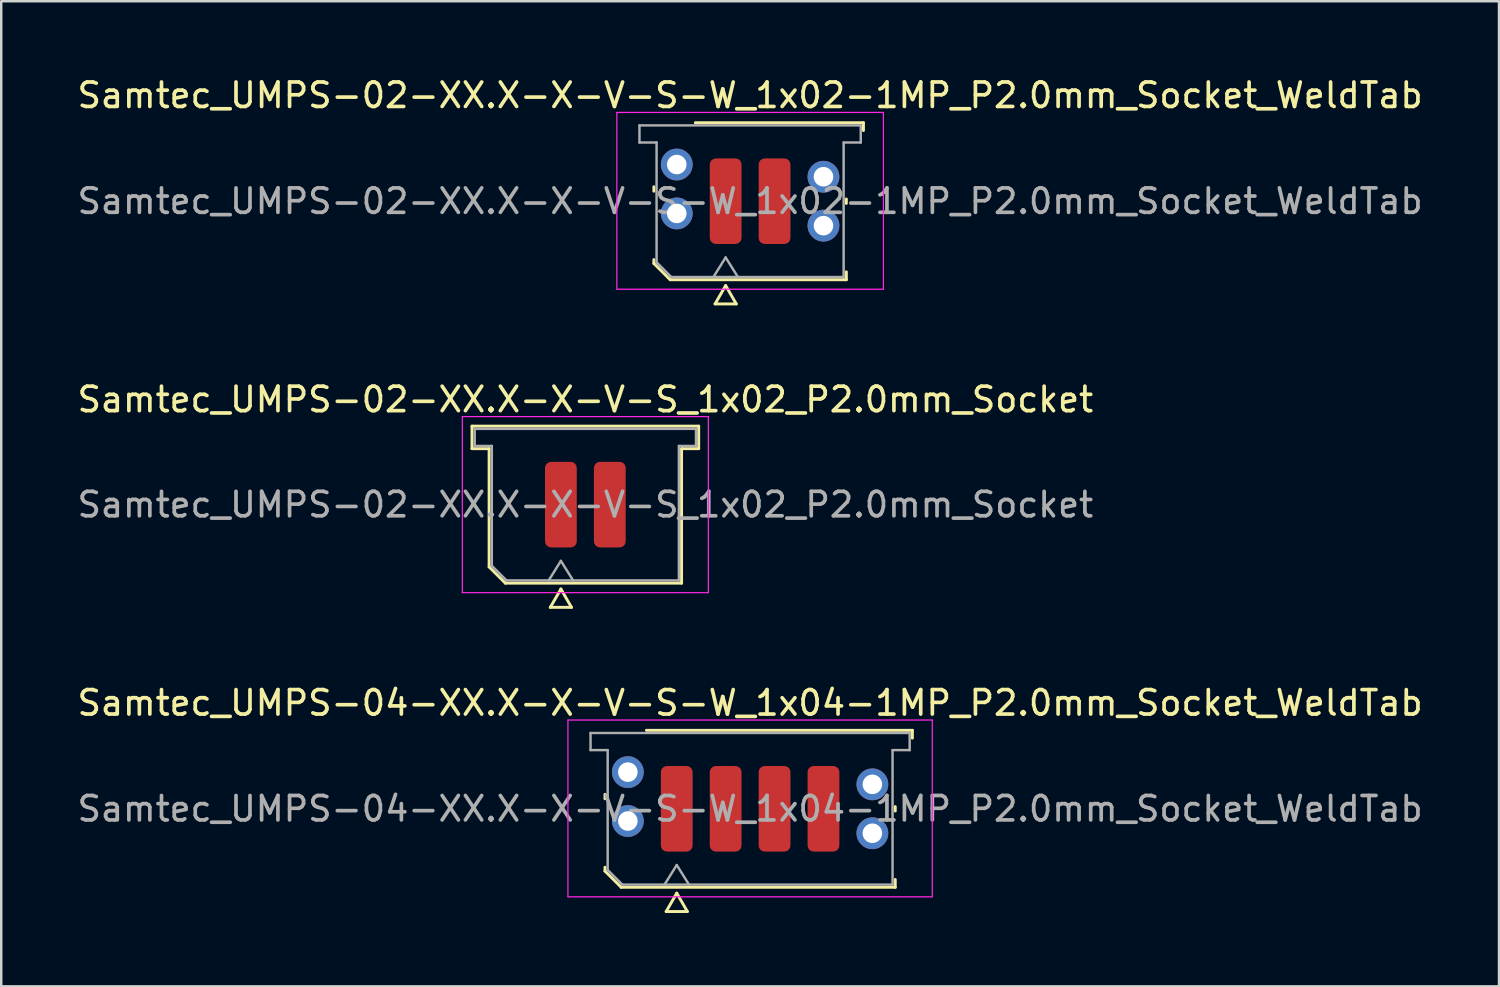
<source format=kicad_pcb>
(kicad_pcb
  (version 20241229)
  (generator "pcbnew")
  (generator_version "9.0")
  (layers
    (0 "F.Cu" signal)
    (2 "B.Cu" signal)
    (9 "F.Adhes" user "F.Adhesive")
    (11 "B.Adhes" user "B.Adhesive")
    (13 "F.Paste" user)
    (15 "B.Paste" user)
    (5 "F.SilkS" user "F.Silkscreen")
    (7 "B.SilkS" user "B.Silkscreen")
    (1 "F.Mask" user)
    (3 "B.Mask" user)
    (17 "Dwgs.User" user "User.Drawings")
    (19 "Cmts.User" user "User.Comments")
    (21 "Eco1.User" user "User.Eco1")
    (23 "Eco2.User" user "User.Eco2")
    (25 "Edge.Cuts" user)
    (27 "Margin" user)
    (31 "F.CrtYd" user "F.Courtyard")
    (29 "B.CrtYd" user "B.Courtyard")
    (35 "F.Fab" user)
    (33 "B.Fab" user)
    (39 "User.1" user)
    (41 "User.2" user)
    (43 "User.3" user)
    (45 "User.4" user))
  (footprint "Samtec_UMPS-02-XX.X-X-V-S_1x02_P2.0mm_Socket"
    (layer "F.Cu")
    (at 20.887 17.587)
    (property "Reference" "Samtec_UMPS-02-XX.X-X-V-S_1x02_P2.0mm_Socket" (at 0 -4.3 0) (layer "F.SilkS") (effects (font (size 1 1) (thickness 0.15))))
    (attr smd)
    (fp_line (start -4.635 -3.21) (end 4.635 -3.21) (stroke (width 0.12) (type solid)) (layer "F.SilkS"))
    (fp_line (start -4.635 -2.29) (end -4.635 -3.21) (stroke (width 0.12) (type solid)) (layer "F.SilkS"))
    (fp_line (start -3.935 -2.29) (end -4.635 -2.29) (stroke (width 0.12) (type solid)) (layer "F.SilkS"))
    (fp_line (start -3.935 2.546) (end -3.935 -2.29) (stroke (width 0.12) (type solid)) (layer "F.SilkS"))
    (fp_line (start -3.271 3.21) (end -3.935 2.546) (stroke (width 0.12) (type solid)) (layer "F.SilkS"))
    (fp_line (start -1.433 4.2) (end -1 3.45) (stroke (width 0.12) (type solid)) (layer "F.SilkS"))
    (fp_line (start -1 3.45) (end -0.567 4.2) (stroke (width 0.12) (type solid)) (layer "F.SilkS"))
    (fp_line (start -0.567 4.2) (end -1.433 4.2) (stroke (width 0.12) (type solid)) (layer "F.SilkS"))
    (fp_line (start 3.935 -2.29) (end 3.935 3.21) (stroke (width 0.12) (type solid)) (layer "F.SilkS"))
    (fp_line (start 3.935 3.21) (end -3.271 3.21) (stroke (width 0.12) (type solid)) (layer "F.SilkS"))
    (fp_line (start 4.635 -3.21) (end 4.635 -2.29) (stroke (width 0.12) (type solid)) (layer "F.SilkS"))
    (fp_line (start 4.635 -2.29) (end 3.935 -2.29) (stroke (width 0.12) (type solid)) (layer "F.SilkS"))
    (fp_line (start -5.03 -3.6) (end -5.03 3.6) (stroke (width 0.05) (type solid)) (layer "F.CrtYd"))
    (fp_line (start -5.03 3.6) (end 5.03 3.6) (stroke (width 0.05) (type solid)) (layer "F.CrtYd"))
    (fp_line (start 5.03 -3.6) (end -5.03 -3.6) (stroke (width 0.05) (type solid)) (layer "F.CrtYd"))
    (fp_line (start 5.03 3.6) (end 5.03 -3.6) (stroke (width 0.05) (type solid)) (layer "F.CrtYd"))
    (fp_line (start -4.525 -3.1) (end 4.525 -3.1) (stroke (width 0.1) (type solid)) (layer "F.Fab"))
    (fp_line (start -4.525 -2.4) (end -4.525 -3.1) (stroke (width 0.1) (type solid)) (layer "F.Fab"))
    (fp_line (start -3.825 -2.4) (end -4.525 -2.4) (stroke (width 0.1) (type solid)) (layer "F.Fab"))
    (fp_line (start -3.825 2.5) (end -3.825 -2.4) (stroke (width 0.1) (type solid)) (layer "F.Fab"))
    (fp_line (start -3.225 3.1) (end -3.825 2.5) (stroke (width 0.1) (type solid)) (layer "F.Fab"))
    (fp_line (start -1.5 3.1) (end -1 2.3) (stroke (width 0.1) (type solid)) (layer "F.Fab"))
    (fp_line (start -1 2.3) (end -0.5 3.1) (stroke (width 0.1) (type solid)) (layer "F.Fab"))
    (fp_line (start 3.825 -2.4) (end 3.825 3.1) (stroke (width 0.1) (type solid)) (layer "F.Fab"))
    (fp_line (start 3.825 3.1) (end -3.225 3.1) (stroke (width 0.1) (type solid)) (layer "F.Fab"))
    (fp_line (start 4.525 -3.1) (end 4.525 -2.4) (stroke (width 0.1) (type solid)) (layer "F.Fab"))
    (fp_line (start 4.525 -2.4) (end 3.825 -2.4) (stroke (width 0.1) (type solid)) (layer "F.Fab"))
    (fp_text user "${REFERENCE}" (at 0 0 0) (layer "F.Fab") (effects (font (size 1 1) (thickness 0.15))))
    (pad "1" smd roundrect (at -1 0) (size 1.3 3.5) (layers "F.Cu" "F.Mask" "F.Paste") (roundrect_rratio 0.192))
    (pad "2" smd roundrect (at 1 0) (size 1.3 3.5) (layers "F.Cu" "F.Mask" "F.Paste") (roundrect_rratio 0.192)))
  (footprint "Samtec_UMPS-04-XX.X-X-V-S-W_1x04-1MP_P2.0mm_Socket_WeldTab"
    (layer "F.Cu")
    (at 27.625 30.025)
    (property "Reference" "Samtec_UMPS-04-XX.X-X-V-S-W_1x04-1MP_P2.0mm_Socket_WeldTab" (at 0 -4.33 0) (layer "F.SilkS") (effects (font (size 1 1) (thickness 0.15))))
    (attr smd)
    (fp_line (start -5.935 -0.41) (end -5.935 -0.59) (stroke (width 0.12) (type solid)) (layer "F.SilkS"))
    (fp_line (start -5.935 2.546) (end -5.935 2.39) (stroke (width 0.12) (type solid)) (layer "F.SilkS"))
    (fp_line (start -5.271 3.21) (end -5.935 2.546) (stroke (width 0.12) (type solid)) (layer "F.SilkS"))
    (fp_line (start -4.24 -3.21) (end 6.635 -3.21) (stroke (width 0.12) (type solid)) (layer "F.SilkS"))
    (fp_line (start -3.433 4.2) (end -3 3.45) (stroke (width 0.12) (type solid)) (layer "F.SilkS"))
    (fp_line (start -3 3.45) (end -2.567 4.2) (stroke (width 0.12) (type solid)) (layer "F.SilkS"))
    (fp_line (start -2.567 4.2) (end -3.433 4.2) (stroke (width 0.12) (type solid)) (layer "F.SilkS"))
    (fp_line (start 5.935 -0.09) (end 5.935 0.09) (stroke (width 0.12) (type solid)) (layer "F.SilkS"))
    (fp_line (start 5.935 2.89) (end 5.935 3.21) (stroke (width 0.12) (type solid)) (layer "F.SilkS"))
    (fp_line (start 5.935 3.21) (end -5.271 3.21) (stroke (width 0.12) (type solid)) (layer "F.SilkS"))
    (fp_line (start 6.635 -3.21) (end 6.635 -2.89) (stroke (width 0.12) (type solid)) (layer "F.SilkS"))
    (fp_line (start -7.45 -3.63) (end -7.45 3.6) (stroke (width 0.05) (type solid)) (layer "F.CrtYd"))
    (fp_line (start -7.45 3.6) (end 7.45 3.6) (stroke (width 0.05) (type solid)) (layer "F.CrtYd"))
    (fp_line (start 7.45 -3.63) (end -7.45 -3.63) (stroke (width 0.05) (type solid)) (layer "F.CrtYd"))
    (fp_line (start 7.45 3.6) (end 7.45 -3.63) (stroke (width 0.05) (type solid)) (layer "F.CrtYd"))
    (fp_line (start -6.525 -3.1) (end 6.525 -3.1) (stroke (width 0.1) (type solid)) (layer "F.Fab"))
    (fp_line (start -6.525 -2.4) (end -6.525 -3.1) (stroke (width 0.1) (type solid)) (layer "F.Fab"))
    (fp_line (start -5.825 -2.4) (end -6.525 -2.4) (stroke (width 0.1) (type solid)) (layer "F.Fab"))
    (fp_line (start -5.825 2.5) (end -5.825 -2.4) (stroke (width 0.1) (type solid)) (layer "F.Fab"))
    (fp_line (start -5.225 3.1) (end -5.825 2.5) (stroke (width 0.1) (type solid)) (layer "F.Fab"))
    (fp_line (start -3.5 3.1) (end -3 2.3) (stroke (width 0.1) (type solid)) (layer "F.Fab"))
    (fp_line (start -3 2.3) (end -2.5 3.1) (stroke (width 0.1) (type solid)) (layer "F.Fab"))
    (fp_line (start 5.825 -2.4) (end 5.825 3.1) (stroke (width 0.1) (type solid)) (layer "F.Fab"))
    (fp_line (start 5.825 3.1) (end -5.225 3.1) (stroke (width 0.1) (type solid)) (layer "F.Fab"))
    (fp_line (start 6.525 -3.1) (end 6.525 -2.4) (stroke (width 0.1) (type solid)) (layer "F.Fab"))
    (fp_line (start 6.525 -2.4) (end 5.825 -2.4) (stroke (width 0.1) (type solid)) (layer "F.Fab"))
    (fp_text user "${REFERENCE}" (at 0 0 0) (layer "F.Fab") (effects (font (size 1 1) (thickness 0.15))))
    (pad "" smd rect (at -5.725 -1.99) (size 2.45 2.28) (layers "F.Paste"))
    (pad "" smd rect (at -5.725 0.99) (size 2.45 2.28) (layers "F.Paste"))
    (pad "" smd rect (at 5.725 -1.49) (size 2.45 2.28) (layers "F.Paste"))
    (pad "" smd rect (at 5.725 1.49) (size 2.45 2.28) (layers "F.Paste"))
    (pad "1" smd roundrect (at -3 0) (size 1.3 3.5) (layers "F.Cu" "F.Mask" "F.Paste") (roundrect_rratio 0.192))
    (pad "2" smd roundrect (at -1 0) (size 1.3 3.5) (layers "F.Cu" "F.Mask" "F.Paste") (roundrect_rratio 0.192))
    (pad "3" smd roundrect (at 1 0) (size 1.3 3.5) (layers "F.Cu" "F.Mask" "F.Paste") (roundrect_rratio 0.192))
    (pad "4" smd roundrect (at 3 0) (size 1.3 3.5) (layers "F.Cu" "F.Mask" "F.Paste") (roundrect_rratio 0.192))
    (pad "MP" thru_hole circle (at -5 -1.5) (size 1.3 1.3) (drill 0.8) (layers "*.Cu" "*.Mask"))
    (pad "MP" thru_hole circle (at -5 0.5) (size 1.3 1.3) (drill 0.8) (layers "*.Cu" "*.Mask"))
    (pad "MP" thru_hole circle (at 5 -1) (size 1.3 1.3) (drill 0.8) (layers "*.Cu" "*.Mask"))
    (pad "MP" thru_hole circle (at 5 1) (size 1.3 1.3) (drill 0.8) (layers "*.Cu" "*.Mask")))
  (footprint "Samtec_UMPS-02-XX.X-X-V-S-W_1x02-1MP_P2.0mm_Socket_WeldTab"
    (layer "F.Cu")
    (at 27.625 5.178)
    (property "Reference" "Samtec_UMPS-02-XX.X-X-V-S-W_1x02-1MP_P2.0mm_Socket_WeldTab" (at 0 -4.33 0) (layer "F.SilkS") (effects (font (size 1 1) (thickness 0.15))))
    (attr smd)
    (fp_line (start -3.935 -0.41) (end -3.935 -0.59) (stroke (width 0.12) (type solid)) (layer "F.SilkS"))
    (fp_line (start -3.935 2.546) (end -3.935 2.39) (stroke (width 0.12) (type solid)) (layer "F.SilkS"))
    (fp_line (start -3.271 3.21) (end -3.935 2.546) (stroke (width 0.12) (type solid)) (layer "F.SilkS"))
    (fp_line (start -2.24 -3.21) (end 4.635 -3.21) (stroke (width 0.12) (type solid)) (layer "F.SilkS"))
    (fp_line (start -1.433 4.2) (end -1 3.45) (stroke (width 0.12) (type solid)) (layer "F.SilkS"))
    (fp_line (start -1 3.45) (end -0.567 4.2) (stroke (width 0.12) (type solid)) (layer "F.SilkS"))
    (fp_line (start -0.567 4.2) (end -1.433 4.2) (stroke (width 0.12) (type solid)) (layer "F.SilkS"))
    (fp_line (start 3.935 -0.09) (end 3.935 0.09) (stroke (width 0.12) (type solid)) (layer "F.SilkS"))
    (fp_line (start 3.935 2.89) (end 3.935 3.21) (stroke (width 0.12) (type solid)) (layer "F.SilkS"))
    (fp_line (start 3.935 3.21) (end -3.271 3.21) (stroke (width 0.12) (type solid)) (layer "F.SilkS"))
    (fp_line (start 4.635 -3.21) (end 4.635 -2.89) (stroke (width 0.12) (type solid)) (layer "F.SilkS"))
    (fp_line (start -5.45 -3.63) (end -5.45 3.6) (stroke (width 0.05) (type solid)) (layer "F.CrtYd"))
    (fp_line (start -5.45 3.6) (end 5.45 3.6) (stroke (width 0.05) (type solid)) (layer "F.CrtYd"))
    (fp_line (start 5.45 -3.63) (end -5.45 -3.63) (stroke (width 0.05) (type solid)) (layer "F.CrtYd"))
    (fp_line (start 5.45 3.6) (end 5.45 -3.63) (stroke (width 0.05) (type solid)) (layer "F.CrtYd"))
    (fp_line (start -4.525 -3.1) (end 4.525 -3.1) (stroke (width 0.1) (type solid)) (layer "F.Fab"))
    (fp_line (start -4.525 -2.4) (end -4.525 -3.1) (stroke (width 0.1) (type solid)) (layer "F.Fab"))
    (fp_line (start -3.825 -2.4) (end -4.525 -2.4) (stroke (width 0.1) (type solid)) (layer "F.Fab"))
    (fp_line (start -3.825 2.5) (end -3.825 -2.4) (stroke (width 0.1) (type solid)) (layer "F.Fab"))
    (fp_line (start -3.225 3.1) (end -3.825 2.5) (stroke (width 0.1) (type solid)) (layer "F.Fab"))
    (fp_line (start -1.5 3.1) (end -1 2.3) (stroke (width 0.1) (type solid)) (layer "F.Fab"))
    (fp_line (start -1 2.3) (end -0.5 3.1) (stroke (width 0.1) (type solid)) (layer "F.Fab"))
    (fp_line (start 3.825 -2.4) (end 3.825 3.1) (stroke (width 0.1) (type solid)) (layer "F.Fab"))
    (fp_line (start 3.825 3.1) (end -3.225 3.1) (stroke (width 0.1) (type solid)) (layer "F.Fab"))
    (fp_line (start 4.525 -3.1) (end 4.525 -2.4) (stroke (width 0.1) (type solid)) (layer "F.Fab"))
    (fp_line (start 4.525 -2.4) (end 3.825 -2.4) (stroke (width 0.1) (type solid)) (layer "F.Fab"))
    (fp_text user "${REFERENCE}" (at 0 0 0) (layer "F.Fab") (effects (font (size 1 1) (thickness 0.15))))
    (pad "" smd rect (at -3.725 -1.99) (size 2.45 2.28) (layers "F.Paste"))
    (pad "" smd rect (at -3.725 0.99) (size 2.45 2.28) (layers "F.Paste"))
    (pad "" smd rect (at 3.725 -1.49) (size 2.45 2.28) (layers "F.Paste"))
    (pad "" smd rect (at 3.725 1.49) (size 2.45 2.28) (layers "F.Paste"))
    (pad "1" smd roundrect (at -1 0) (size 1.3 3.5) (layers "F.Cu" "F.Mask" "F.Paste") (roundrect_rratio 0.192))
    (pad "2" smd roundrect (at 1 0) (size 1.3 3.5) (layers "F.Cu" "F.Mask" "F.Paste") (roundrect_rratio 0.192))
    (pad "MP" thru_hole circle (at -3 -1.5) (size 1.3 1.3) (drill 0.8) (layers "*.Cu" "*.Mask"))
    (pad "MP" thru_hole circle (at -3 0.5) (size 1.3 1.3) (drill 0.8) (layers "*.Cu" "*.Mask"))
    (pad "MP" thru_hole circle (at 3 -1) (size 1.3 1.3) (drill 0.8) (layers "*.Cu" "*.Mask"))
    (pad "MP" thru_hole circle (at 3 1) (size 1.3 1.3) (drill 0.8) (layers "*.Cu" "*.Mask")))
  (gr_rect
    (start -3 -3)
    (end 58.25 37.285)
    (stroke (width 0.1) (type default))
    (fill no)
    (layer "Edge.Cuts")))
</source>
